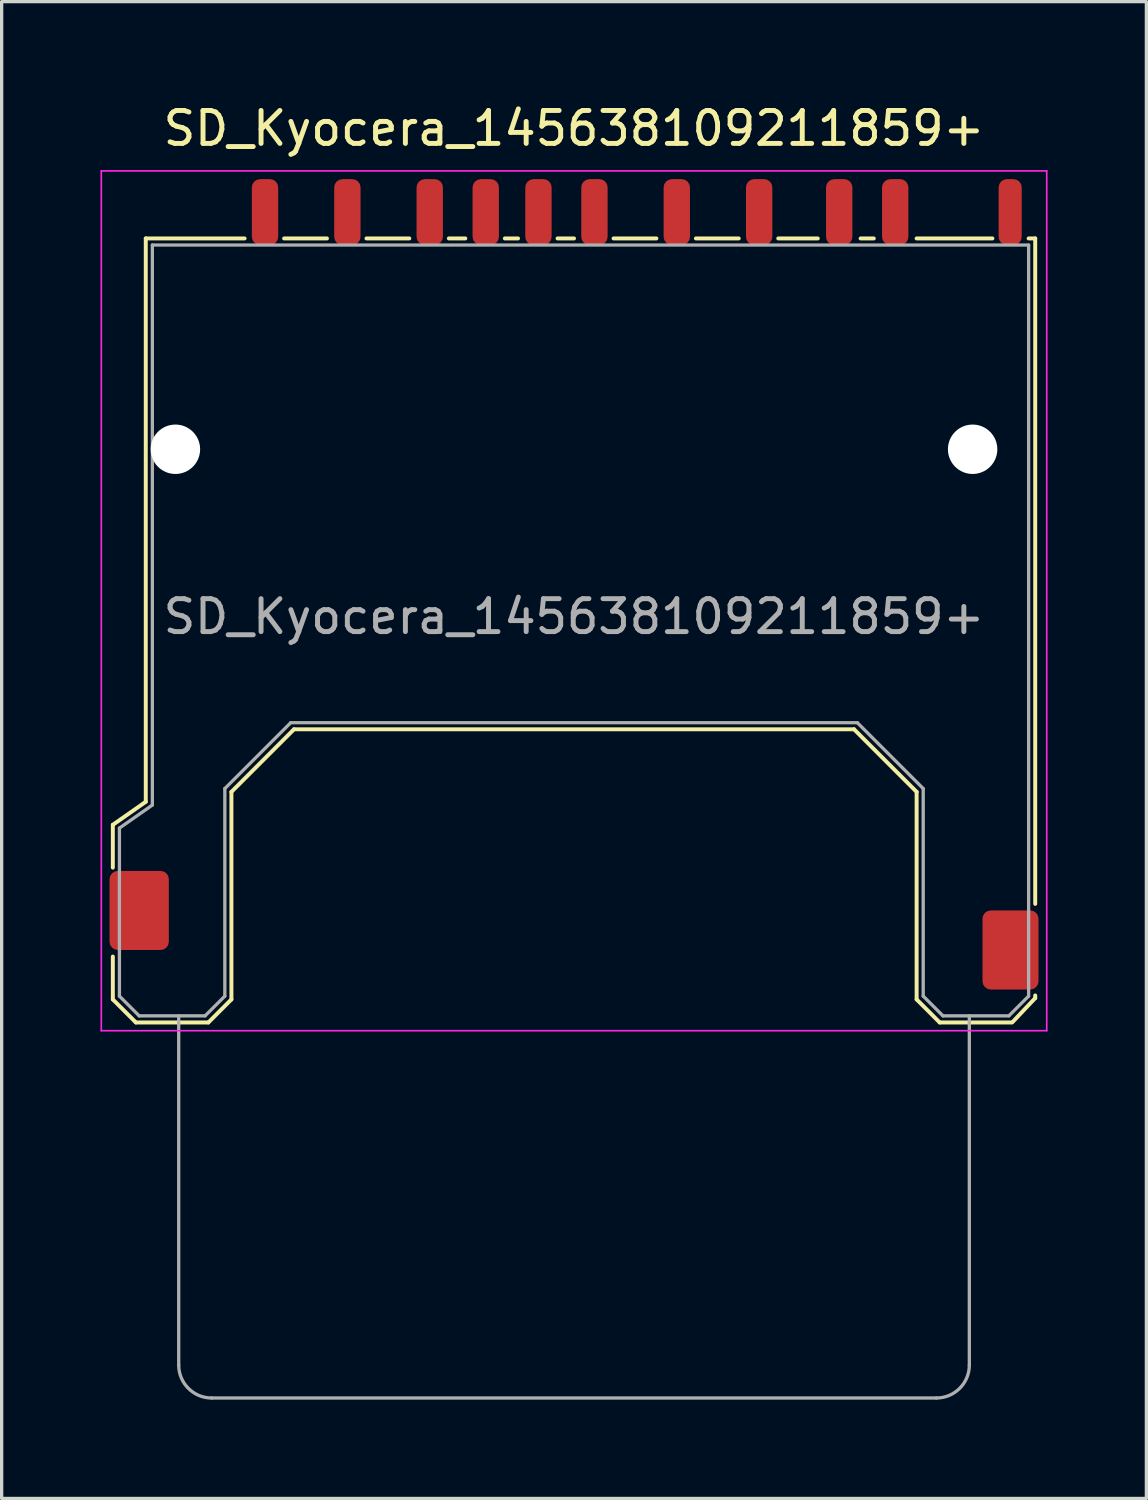
<source format=kicad_pcb>
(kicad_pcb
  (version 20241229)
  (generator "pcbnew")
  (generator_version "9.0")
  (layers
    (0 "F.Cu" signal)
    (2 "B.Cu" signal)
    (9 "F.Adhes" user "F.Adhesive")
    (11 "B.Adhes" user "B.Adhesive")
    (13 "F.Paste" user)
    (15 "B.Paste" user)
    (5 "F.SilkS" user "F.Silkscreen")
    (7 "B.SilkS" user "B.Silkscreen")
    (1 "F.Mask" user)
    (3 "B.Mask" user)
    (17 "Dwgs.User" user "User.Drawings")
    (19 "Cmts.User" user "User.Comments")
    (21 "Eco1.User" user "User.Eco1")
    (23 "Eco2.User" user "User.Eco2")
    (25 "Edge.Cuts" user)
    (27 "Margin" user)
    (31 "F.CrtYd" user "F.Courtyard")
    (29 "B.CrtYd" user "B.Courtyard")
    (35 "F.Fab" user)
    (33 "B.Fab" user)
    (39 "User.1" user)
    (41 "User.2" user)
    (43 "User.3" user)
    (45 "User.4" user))
  (footprint "SD_Kyocera_145638109211859+"
    (layer "F.Cu")
    (at 14.375 16.088)
    (property "Reference" "SD_Kyocera_145638109211859+" (at 0 -15.24 180) (layer "F.SilkS") (effects (font (size 1 1) (thickness 0.15))))
    (attr smd)
    (fp_line (start -14 5.9) (end -14 7.2) (stroke (width 0.12) (type solid)) (layer "F.SilkS"))
    (fp_line (start -14 5.9) (end -13 5.2) (stroke (width 0.12) (type solid)) (layer "F.SilkS"))
    (fp_line (start -14 9.9) (end -14 11.2) (stroke (width 0.12) (type solid)) (layer "F.SilkS"))
    (fp_line (start -13.3 11.9) (end -14 11.2) (stroke (width 0.12) (type solid)) (layer "F.SilkS"))
    (fp_line (start -13.3 11.9) (end -11.1 11.9) (stroke (width 0.12) (type solid)) (layer "F.SilkS"))
    (fp_line (start -13 -11.9) (end -10 -11.9) (stroke (width 0.12) (type solid)) (layer "F.SilkS"))
    (fp_line (start -13 5.2) (end -13 -11.9) (stroke (width 0.12) (type solid)) (layer "F.SilkS"))
    (fp_line (start -10.4 11.2) (end -11.1 11.9) (stroke (width 0.12) (type solid)) (layer "F.SilkS"))
    (fp_line (start -10.4 11.2) (end -10.4 4.9) (stroke (width 0.12) (type solid)) (layer "F.SilkS"))
    (fp_line (start -8.8 -11.9) (end -7.5 -11.9) (stroke (width 0.12) (type solid)) (layer "F.SilkS"))
    (fp_line (start -8.5 3) (end -10.4 4.9) (stroke (width 0.12) (type solid)) (layer "F.SilkS"))
    (fp_line (start -6.3 -11.9) (end -5 -11.9) (stroke (width 0.12) (type solid)) (layer "F.SilkS"))
    (fp_line (start -3.8 -11.9) (end -3.3 -11.9) (stroke (width 0.12) (type solid)) (layer "F.SilkS"))
    (fp_line (start -2.1 -11.9) (end -1.7 -11.9) (stroke (width 0.12) (type solid)) (layer "F.SilkS"))
    (fp_line (start -0.5 -11.9) (end 0 -11.9) (stroke (width 0.12) (type solid)) (layer "F.SilkS"))
    (fp_line (start 1.2 -11.9) (end 2.5 -11.9) (stroke (width 0.12) (type solid)) (layer "F.SilkS"))
    (fp_line (start 3.7 -11.9) (end 5 -11.9) (stroke (width 0.12) (type solid)) (layer "F.SilkS"))
    (fp_line (start 6.2 -11.9) (end 7.4 -11.9) (stroke (width 0.12) (type solid)) (layer "F.SilkS"))
    (fp_line (start 8.5 3) (end -8.5 3) (stroke (width 0.12) (type solid)) (layer "F.SilkS"))
    (fp_line (start 8.5 3) (end 10.4 4.9) (stroke (width 0.12) (type solid)) (layer "F.SilkS"))
    (fp_line (start 8.7 -11.9) (end 9.1 -11.9) (stroke (width 0.12) (type solid)) (layer "F.SilkS"))
    (fp_line (start 10.4 -11.9) (end 12.7 -11.9) (stroke (width 0.12) (type solid)) (layer "F.SilkS"))
    (fp_line (start 10.4 11.2) (end 10.4 4.9) (stroke (width 0.12) (type solid)) (layer "F.SilkS"))
    (fp_line (start 10.4 11.2) (end 11.1 11.9) (stroke (width 0.12) (type solid)) (layer "F.SilkS"))
    (fp_line (start 13.26 11.9) (end 11.1 11.9) (stroke (width 0.12) (type solid)) (layer "F.SilkS"))
    (fp_line (start 13.3 11.9) (end 14 11.16) (stroke (width 0.12) (type solid)) (layer "F.SilkS"))
    (fp_line (start 13.8 -11.9) (end 14 -11.9) (stroke (width 0.12) (type solid)) (layer "F.SilkS"))
    (fp_line (start 14 -11.9) (end 14 8.3) (stroke (width 0.12) (type solid)) (layer "F.SilkS"))
    (fp_line (start 14 11.08) (end 14 11.16) (stroke (width 0.12) (type solid)) (layer "F.SilkS"))
    (fp_line (start -14.35 -13.95) (end 14.35 -13.95) (stroke (width 0.05) (type solid)) (layer "F.CrtYd"))
    (fp_line (start -14.35 12.15) (end -14.35 -13.95) (stroke (width 0.05) (type solid)) (layer "F.CrtYd"))
    (fp_line (start 14.35 -13.95) (end 14.35 12.15) (stroke (width 0.05) (type solid)) (layer "F.CrtYd"))
    (fp_line (start 14.35 12.15) (end -14.35 12.15) (stroke (width 0.05) (type solid)) (layer "F.CrtYd"))
    (fp_line (start -13.8 6) (end -12.8 5.3) (stroke (width 0.1) (type solid)) (layer "F.Fab"))
    (fp_line (start -13.8 11.1) (end -13.8 6) (stroke (width 0.1) (type solid)) (layer "F.Fab"))
    (fp_line (start -13.8 11.1) (end -13.2 11.7) (stroke (width 0.1) (type solid)) (layer "F.Fab"))
    (fp_line (start -12.8 -11.7) (end 13.8 -11.7) (stroke (width 0.1) (type solid)) (layer "F.Fab"))
    (fp_line (start -12.8 5.3) (end -12.8 -11.7) (stroke (width 0.1) (type solid)) (layer "F.Fab"))
    (fp_line (start -12 22.3) (end -12 11.7) (stroke (width 0.1) (type solid)) (layer "F.Fab"))
    (fp_line (start -11.2 11.7) (end -13.2 11.7) (stroke (width 0.1) (type solid)) (layer "F.Fab"))
    (fp_line (start -11.2 11.7) (end -10.6 11.1) (stroke (width 0.1) (type solid)) (layer "F.Fab"))
    (fp_line (start -10.6 4.8) (end -10.6 11.1) (stroke (width 0.1) (type solid)) (layer "F.Fab"))
    (fp_line (start -10.6 4.8) (end -8.6 2.8) (stroke (width 0.1) (type solid)) (layer "F.Fab"))
    (fp_line (start 8.6 2.8) (end -8.6 2.8) (stroke (width 0.1) (type solid)) (layer "F.Fab"))
    (fp_line (start 8.6 2.8) (end 10.6 4.8) (stroke (width 0.1) (type solid)) (layer "F.Fab"))
    (fp_line (start 10.6 11.1) (end 10.6 4.8) (stroke (width 0.1) (type solid)) (layer "F.Fab"))
    (fp_line (start 10.6 11.1) (end 11.2 11.7) (stroke (width 0.1) (type solid)) (layer "F.Fab"))
    (fp_line (start 11 23.3) (end -11 23.3) (stroke (width 0.1) (type solid)) (layer "F.Fab"))
    (fp_line (start 12 11.7) (end 12 22.3) (stroke (width 0.1) (type solid)) (layer "F.Fab"))
    (fp_line (start 13.2 11.7) (end 11.2 11.7) (stroke (width 0.1) (type solid)) (layer "F.Fab"))
    (fp_line (start 13.2 11.7) (end 13.8 11.1) (stroke (width 0.1) (type solid)) (layer "F.Fab"))
    (fp_line (start 13.8 -11.7) (end 13.8 11.1) (stroke (width 0.1) (type solid)) (layer "F.Fab"))
    (fp_arc (start -11 23.3) (mid -11.707107 23.007107) (end -12 22.3) (stroke (width 0.1) (type solid)) (layer "F.Fab"))
    (fp_arc (start 12 22.3) (mid 11.707107 23.007107) (end 11 23.3) (stroke (width 0.1) (type solid)) (layer "F.Fab"))
    (fp_text user "${REFERENCE}" (at 0 -0.42 180) (layer "F.Fab") (effects (font (size 1 1) (thickness 0.15))))
    (pad "" np_thru_hole circle (at -12.1 -5.5 180) (size 1.5 1.5) (drill 1.5) (layers "*.Cu" "*.Mask"))
    (pad "" np_thru_hole circle (at 12.1 -5.5 180) (size 1.5 1.5) (drill 1.5) (layers "*.Cu" "*.Mask"))
    (pad "1" smd roundrect (at -6.88 -12.7 180) (size 0.8 2) (layers "F.Cu" "F.Mask" "F.Paste") (roundrect_rratio 0.313))
    (pad "2" smd roundrect (at -4.38 -12.7 180) (size 0.8 2) (layers "F.Cu" "F.Mask" "F.Paste") (roundrect_rratio 0.313))
    (pad "3" smd roundrect (at -1.08 -12.7 180) (size 0.8 2) (layers "F.Cu" "F.Mask" "F.Paste") (roundrect_rratio 0.313))
    (pad "4" smd roundrect (at 0.62 -12.7 180) (size 0.8 2) (layers "F.Cu" "F.Mask" "F.Paste") (roundrect_rratio 0.313))
    (pad "5" smd roundrect (at 3.12 -12.7 180) (size 0.8 2) (layers "F.Cu" "F.Mask" "F.Paste") (roundrect_rratio 0.313))
    (pad "6" smd roundrect (at 5.62 -12.7 180) (size 0.8 2) (layers "F.Cu" "F.Mask" "F.Paste") (roundrect_rratio 0.313))
    (pad "7" smd roundrect (at 8.05 -12.7 180) (size 0.8 2) (layers "F.Cu" "F.Mask" "F.Paste") (roundrect_rratio 0.313))
    (pad "8" smd roundrect (at 9.75 -12.7 180) (size 0.8 2) (layers "F.Cu" "F.Mask" "F.Paste") (roundrect_rratio 0.313))
    (pad "9" smd roundrect (at -9.38 -12.7 180) (size 0.8 2) (layers "F.Cu" "F.Mask" "F.Paste") (roundrect_rratio 0.313))
    (pad "10" smd roundrect (at -2.68 -12.7 180) (size 0.8 2) (layers "F.Cu" "F.Mask" "F.Paste") (roundrect_rratio 0.313))
    (pad "11" smd roundrect (at 13.24 -12.7 180) (size 0.7 2) (layers "F.Cu" "F.Mask" "F.Paste") (roundrect_rratio 0.357))
    (pad "12" smd roundrect (at 13.25 9.7 180) (size 1.7 2.4) (layers "F.Cu" "F.Mask" "F.Paste") (roundrect_rratio 0.147))
    (pad "13" smd roundrect (at -13.2 8.5 180) (size 1.8 2.4) (layers "F.Cu" "F.Mask" "F.Paste") (roundrect_rratio 0.139)))
  (gr_rect
    (start -3 -3)
    (end 31.75 42.438)
    (stroke (width 0.1) (type default))
    (fill no)
    (layer "Edge.Cuts")))
</source>
